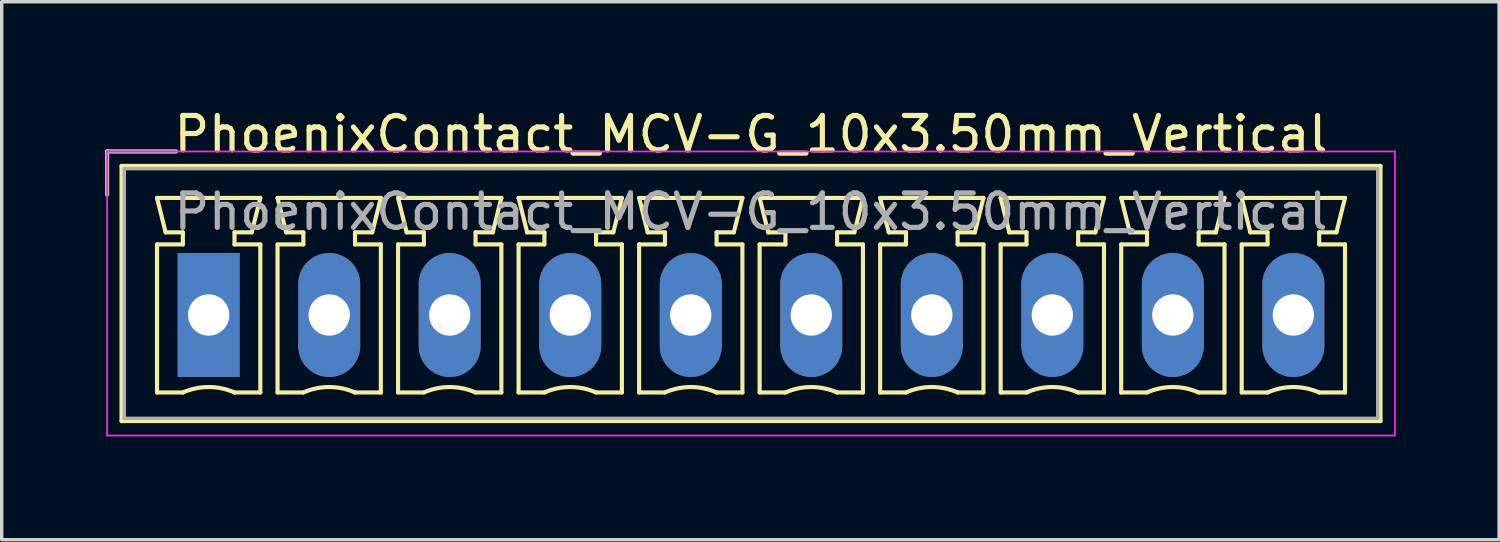
<source format=kicad_pcb>
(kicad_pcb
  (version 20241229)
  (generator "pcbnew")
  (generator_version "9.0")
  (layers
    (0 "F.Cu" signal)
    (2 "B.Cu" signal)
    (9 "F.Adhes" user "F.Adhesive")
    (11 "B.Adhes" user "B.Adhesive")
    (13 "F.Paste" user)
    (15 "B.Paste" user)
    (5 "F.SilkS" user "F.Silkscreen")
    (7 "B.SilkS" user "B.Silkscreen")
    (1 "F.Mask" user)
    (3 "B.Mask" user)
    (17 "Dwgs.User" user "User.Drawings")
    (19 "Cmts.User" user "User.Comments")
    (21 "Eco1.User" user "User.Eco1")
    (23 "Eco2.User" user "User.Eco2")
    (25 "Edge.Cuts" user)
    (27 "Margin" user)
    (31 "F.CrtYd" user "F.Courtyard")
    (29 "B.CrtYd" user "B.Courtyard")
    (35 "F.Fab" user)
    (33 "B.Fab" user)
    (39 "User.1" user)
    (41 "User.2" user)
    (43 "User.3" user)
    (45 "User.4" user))
  (footprint "PhoenixContact_MCV-G_10x3.50mm_Vertical"
    (layer "F.Cu")
    (at 3.01 6.098)
    (property "Reference" "PhoenixContact_MCV-G_10x3.50mm_Vertical" (at 15.75 -5.25 0) (layer "F.SilkS") (effects (font (size 1 1) (thickness 0.15))))
    (attr through_hole)
    (fp_line (start -2.95 -4.75) (end -0.95 -4.75) (stroke (width 0.12) (type solid)) (layer "F.SilkS"))
    (fp_line (start -2.95 -3.5) (end -2.95 -4.75) (stroke (width 0.12) (type solid)) (layer "F.SilkS"))
    (fp_line (start -2.53 -4.33) (end -2.53 3.08) (stroke (width 0.12) (type solid)) (layer "F.SilkS"))
    (fp_line (start -2.53 3.08) (end 34.03 3.08) (stroke (width 0.12) (type solid)) (layer "F.SilkS"))
    (fp_line (start -1.5 -3.4) (end 1.5 -3.4) (stroke (width 0.12) (type solid)) (layer "F.SilkS"))
    (fp_line (start -1.5 -2.05) (end -0.75 -2.05) (stroke (width 0.12) (type solid)) (layer "F.SilkS"))
    (fp_line (start -1.5 2.25) (end -1.5 -2.05) (stroke (width 0.12) (type solid)) (layer "F.SilkS"))
    (fp_line (start -1.25 -2.4) (end -1.5 -3.4) (stroke (width 0.12) (type solid)) (layer "F.SilkS"))
    (fp_line (start -0.75 -2.4) (end -1.25 -2.4) (stroke (width 0.12) (type solid)) (layer "F.SilkS"))
    (fp_line (start -0.75 -2.05) (end -0.75 -2.4) (stroke (width 0.12) (type solid)) (layer "F.SilkS"))
    (fp_line (start -0.75 2.25) (end -1.5 2.25) (stroke (width 0.12) (type solid)) (layer "F.SilkS"))
    (fp_line (start 0.75 -2.4) (end 0.75 -2.05) (stroke (width 0.12) (type solid)) (layer "F.SilkS"))
    (fp_line (start 0.75 -2.05) (end 1.5 -2.05) (stroke (width 0.12) (type solid)) (layer "F.SilkS"))
    (fp_line (start 1.25 -2.4) (end 0.75 -2.4) (stroke (width 0.12) (type solid)) (layer "F.SilkS"))
    (fp_line (start 1.5 -3.4) (end 1.25 -2.4) (stroke (width 0.12) (type solid)) (layer "F.SilkS"))
    (fp_line (start 1.5 -2.05) (end 1.5 2.25) (stroke (width 0.12) (type solid)) (layer "F.SilkS"))
    (fp_line (start 1.5 2.25) (end 0.75 2.25) (stroke (width 0.12) (type solid)) (layer "F.SilkS"))
    (fp_line (start 2 -3.4) (end 5 -3.4) (stroke (width 0.12) (type solid)) (layer "F.SilkS"))
    (fp_line (start 2 -2.05) (end 2.75 -2.05) (stroke (width 0.12) (type solid)) (layer "F.SilkS"))
    (fp_line (start 2 2.25) (end 2 -2.05) (stroke (width 0.12) (type solid)) (layer "F.SilkS"))
    (fp_line (start 2.25 -2.4) (end 2 -3.4) (stroke (width 0.12) (type solid)) (layer "F.SilkS"))
    (fp_line (start 2.75 -2.4) (end 2.25 -2.4) (stroke (width 0.12) (type solid)) (layer "F.SilkS"))
    (fp_line (start 2.75 -2.05) (end 2.75 -2.4) (stroke (width 0.12) (type solid)) (layer "F.SilkS"))
    (fp_line (start 2.75 2.25) (end 2 2.25) (stroke (width 0.12) (type solid)) (layer "F.SilkS"))
    (fp_line (start 4.25 -2.4) (end 4.25 -2.05) (stroke (width 0.12) (type solid)) (layer "F.SilkS"))
    (fp_line (start 4.25 -2.05) (end 5 -2.05) (stroke (width 0.12) (type solid)) (layer "F.SilkS"))
    (fp_line (start 4.75 -2.4) (end 4.25 -2.4) (stroke (width 0.12) (type solid)) (layer "F.SilkS"))
    (fp_line (start 5 -3.4) (end 4.75 -2.4) (stroke (width 0.12) (type solid)) (layer "F.SilkS"))
    (fp_line (start 5 -2.05) (end 5 2.25) (stroke (width 0.12) (type solid)) (layer "F.SilkS"))
    (fp_line (start 5 2.25) (end 4.25 2.25) (stroke (width 0.12) (type solid)) (layer "F.SilkS"))
    (fp_line (start 5.5 -3.4) (end 8.5 -3.4) (stroke (width 0.12) (type solid)) (layer "F.SilkS"))
    (fp_line (start 5.5 -2.05) (end 6.25 -2.05) (stroke (width 0.12) (type solid)) (layer "F.SilkS"))
    (fp_line (start 5.5 2.25) (end 5.5 -2.05) (stroke (width 0.12) (type solid)) (layer "F.SilkS"))
    (fp_line (start 5.75 -2.4) (end 5.5 -3.4) (stroke (width 0.12) (type solid)) (layer "F.SilkS"))
    (fp_line (start 6.25 -2.4) (end 5.75 -2.4) (stroke (width 0.12) (type solid)) (layer "F.SilkS"))
    (fp_line (start 6.25 -2.05) (end 6.25 -2.4) (stroke (width 0.12) (type solid)) (layer "F.SilkS"))
    (fp_line (start 6.25 2.25) (end 5.5 2.25) (stroke (width 0.12) (type solid)) (layer "F.SilkS"))
    (fp_line (start 7.75 -2.4) (end 7.75 -2.05) (stroke (width 0.12) (type solid)) (layer "F.SilkS"))
    (fp_line (start 7.75 -2.05) (end 8.5 -2.05) (stroke (width 0.12) (type solid)) (layer "F.SilkS"))
    (fp_line (start 8.25 -2.4) (end 7.75 -2.4) (stroke (width 0.12) (type solid)) (layer "F.SilkS"))
    (fp_line (start 8.5 -3.4) (end 8.25 -2.4) (stroke (width 0.12) (type solid)) (layer "F.SilkS"))
    (fp_line (start 8.5 -2.05) (end 8.5 2.25) (stroke (width 0.12) (type solid)) (layer "F.SilkS"))
    (fp_line (start 8.5 2.25) (end 7.75 2.25) (stroke (width 0.12) (type solid)) (layer "F.SilkS"))
    (fp_line (start 9 -3.4) (end 12 -3.4) (stroke (width 0.12) (type solid)) (layer "F.SilkS"))
    (fp_line (start 9 -2.05) (end 9.75 -2.05) (stroke (width 0.12) (type solid)) (layer "F.SilkS"))
    (fp_line (start 9 2.25) (end 9 -2.05) (stroke (width 0.12) (type solid)) (layer "F.SilkS"))
    (fp_line (start 9.25 -2.4) (end 9 -3.4) (stroke (width 0.12) (type solid)) (layer "F.SilkS"))
    (fp_line (start 9.75 -2.4) (end 9.25 -2.4) (stroke (width 0.12) (type solid)) (layer "F.SilkS"))
    (fp_line (start 9.75 -2.05) (end 9.75 -2.4) (stroke (width 0.12) (type solid)) (layer "F.SilkS"))
    (fp_line (start 9.75 2.25) (end 9 2.25) (stroke (width 0.12) (type solid)) (layer "F.SilkS"))
    (fp_line (start 11.25 -2.4) (end 11.25 -2.05) (stroke (width 0.12) (type solid)) (layer "F.SilkS"))
    (fp_line (start 11.25 -2.05) (end 12 -2.05) (stroke (width 0.12) (type solid)) (layer "F.SilkS"))
    (fp_line (start 11.75 -2.4) (end 11.25 -2.4) (stroke (width 0.12) (type solid)) (layer "F.SilkS"))
    (fp_line (start 12 -3.4) (end 11.75 -2.4) (stroke (width 0.12) (type solid)) (layer "F.SilkS"))
    (fp_line (start 12 -2.05) (end 12 2.25) (stroke (width 0.12) (type solid)) (layer "F.SilkS"))
    (fp_line (start 12 2.25) (end 11.25 2.25) (stroke (width 0.12) (type solid)) (layer "F.SilkS"))
    (fp_line (start 12.5 -3.4) (end 15.5 -3.4) (stroke (width 0.12) (type solid)) (layer "F.SilkS"))
    (fp_line (start 12.5 -2.05) (end 13.25 -2.05) (stroke (width 0.12) (type solid)) (layer "F.SilkS"))
    (fp_line (start 12.5 2.25) (end 12.5 -2.05) (stroke (width 0.12) (type solid)) (layer "F.SilkS"))
    (fp_line (start 12.75 -2.4) (end 12.5 -3.4) (stroke (width 0.12) (type solid)) (layer "F.SilkS"))
    (fp_line (start 13.25 -2.4) (end 12.75 -2.4) (stroke (width 0.12) (type solid)) (layer "F.SilkS"))
    (fp_line (start 13.25 -2.05) (end 13.25 -2.4) (stroke (width 0.12) (type solid)) (layer "F.SilkS"))
    (fp_line (start 13.25 2.25) (end 12.5 2.25) (stroke (width 0.12) (type solid)) (layer "F.SilkS"))
    (fp_line (start 14.75 -2.4) (end 14.75 -2.05) (stroke (width 0.12) (type solid)) (layer "F.SilkS"))
    (fp_line (start 14.75 -2.05) (end 15.5 -2.05) (stroke (width 0.12) (type solid)) (layer "F.SilkS"))
    (fp_line (start 15.25 -2.4) (end 14.75 -2.4) (stroke (width 0.12) (type solid)) (layer "F.SilkS"))
    (fp_line (start 15.5 -3.4) (end 15.25 -2.4) (stroke (width 0.12) (type solid)) (layer "F.SilkS"))
    (fp_line (start 15.5 -2.05) (end 15.5 2.25) (stroke (width 0.12) (type solid)) (layer "F.SilkS"))
    (fp_line (start 15.5 2.25) (end 14.75 2.25) (stroke (width 0.12) (type solid)) (layer "F.SilkS"))
    (fp_line (start 16 -3.4) (end 19 -3.4) (stroke (width 0.12) (type solid)) (layer "F.SilkS"))
    (fp_line (start 16 -2.05) (end 16.75 -2.05) (stroke (width 0.12) (type solid)) (layer "F.SilkS"))
    (fp_line (start 16 2.25) (end 16 -2.05) (stroke (width 0.12) (type solid)) (layer "F.SilkS"))
    (fp_line (start 16.25 -2.4) (end 16 -3.4) (stroke (width 0.12) (type solid)) (layer "F.SilkS"))
    (fp_line (start 16.75 -2.4) (end 16.25 -2.4) (stroke (width 0.12) (type solid)) (layer "F.SilkS"))
    (fp_line (start 16.75 -2.05) (end 16.75 -2.4) (stroke (width 0.12) (type solid)) (layer "F.SilkS"))
    (fp_line (start 16.75 2.25) (end 16 2.25) (stroke (width 0.12) (type solid)) (layer "F.SilkS"))
    (fp_line (start 18.25 -2.4) (end 18.25 -2.05) (stroke (width 0.12) (type solid)) (layer "F.SilkS"))
    (fp_line (start 18.25 -2.05) (end 19 -2.05) (stroke (width 0.12) (type solid)) (layer "F.SilkS"))
    (fp_line (start 18.75 -2.4) (end 18.25 -2.4) (stroke (width 0.12) (type solid)) (layer "F.SilkS"))
    (fp_line (start 19 -3.4) (end 18.75 -2.4) (stroke (width 0.12) (type solid)) (layer "F.SilkS"))
    (fp_line (start 19 -2.05) (end 19 2.25) (stroke (width 0.12) (type solid)) (layer "F.SilkS"))
    (fp_line (start 19 2.25) (end 18.25 2.25) (stroke (width 0.12) (type solid)) (layer "F.SilkS"))
    (fp_line (start 19.5 -3.4) (end 22.5 -3.4) (stroke (width 0.12) (type solid)) (layer "F.SilkS"))
    (fp_line (start 19.5 -2.05) (end 20.25 -2.05) (stroke (width 0.12) (type solid)) (layer "F.SilkS"))
    (fp_line (start 19.5 2.25) (end 19.5 -2.05) (stroke (width 0.12) (type solid)) (layer "F.SilkS"))
    (fp_line (start 19.75 -2.4) (end 19.5 -3.4) (stroke (width 0.12) (type solid)) (layer "F.SilkS"))
    (fp_line (start 20.25 -2.4) (end 19.75 -2.4) (stroke (width 0.12) (type solid)) (layer "F.SilkS"))
    (fp_line (start 20.25 -2.05) (end 20.25 -2.4) (stroke (width 0.12) (type solid)) (layer "F.SilkS"))
    (fp_line (start 20.25 2.25) (end 19.5 2.25) (stroke (width 0.12) (type solid)) (layer "F.SilkS"))
    (fp_line (start 21.75 -2.4) (end 21.75 -2.05) (stroke (width 0.12) (type solid)) (layer "F.SilkS"))
    (fp_line (start 21.75 -2.05) (end 22.5 -2.05) (stroke (width 0.12) (type solid)) (layer "F.SilkS"))
    (fp_line (start 22.25 -2.4) (end 21.75 -2.4) (stroke (width 0.12) (type solid)) (layer "F.SilkS"))
    (fp_line (start 22.5 -3.4) (end 22.25 -2.4) (stroke (width 0.12) (type solid)) (layer "F.SilkS"))
    (fp_line (start 22.5 -2.05) (end 22.5 2.25) (stroke (width 0.12) (type solid)) (layer "F.SilkS"))
    (fp_line (start 22.5 2.25) (end 21.75 2.25) (stroke (width 0.12) (type solid)) (layer "F.SilkS"))
    (fp_line (start 23 -3.4) (end 26 -3.4) (stroke (width 0.12) (type solid)) (layer "F.SilkS"))
    (fp_line (start 23 -2.05) (end 23.75 -2.05) (stroke (width 0.12) (type solid)) (layer "F.SilkS"))
    (fp_line (start 23 2.25) (end 23 -2.05) (stroke (width 0.12) (type solid)) (layer "F.SilkS"))
    (fp_line (start 23.25 -2.4) (end 23 -3.4) (stroke (width 0.12) (type solid)) (layer "F.SilkS"))
    (fp_line (start 23.75 -2.4) (end 23.25 -2.4) (stroke (width 0.12) (type solid)) (layer "F.SilkS"))
    (fp_line (start 23.75 -2.05) (end 23.75 -2.4) (stroke (width 0.12) (type solid)) (layer "F.SilkS"))
    (fp_line (start 23.75 2.25) (end 23 2.25) (stroke (width 0.12) (type solid)) (layer "F.SilkS"))
    (fp_line (start 25.25 -2.4) (end 25.25 -2.05) (stroke (width 0.12) (type solid)) (layer "F.SilkS"))
    (fp_line (start 25.25 -2.05) (end 26 -2.05) (stroke (width 0.12) (type solid)) (layer "F.SilkS"))
    (fp_line (start 25.75 -2.4) (end 25.25 -2.4) (stroke (width 0.12) (type solid)) (layer "F.SilkS"))
    (fp_line (start 26 -3.4) (end 25.75 -2.4) (stroke (width 0.12) (type solid)) (layer "F.SilkS"))
    (fp_line (start 26 -2.05) (end 26 2.25) (stroke (width 0.12) (type solid)) (layer "F.SilkS"))
    (fp_line (start 26 2.25) (end 25.25 2.25) (stroke (width 0.12) (type solid)) (layer "F.SilkS"))
    (fp_line (start 26.5 -3.4) (end 29.5 -3.4) (stroke (width 0.12) (type solid)) (layer "F.SilkS"))
    (fp_line (start 26.5 -2.05) (end 27.25 -2.05) (stroke (width 0.12) (type solid)) (layer "F.SilkS"))
    (fp_line (start 26.5 2.25) (end 26.5 -2.05) (stroke (width 0.12) (type solid)) (layer "F.SilkS"))
    (fp_line (start 26.75 -2.4) (end 26.5 -3.4) (stroke (width 0.12) (type solid)) (layer "F.SilkS"))
    (fp_line (start 27.25 -2.4) (end 26.75 -2.4) (stroke (width 0.12) (type solid)) (layer "F.SilkS"))
    (fp_line (start 27.25 -2.05) (end 27.25 -2.4) (stroke (width 0.12) (type solid)) (layer "F.SilkS"))
    (fp_line (start 27.25 2.25) (end 26.5 2.25) (stroke (width 0.12) (type solid)) (layer "F.SilkS"))
    (fp_line (start 28.75 -2.4) (end 28.75 -2.05) (stroke (width 0.12) (type solid)) (layer "F.SilkS"))
    (fp_line (start 28.75 -2.05) (end 29.5 -2.05) (stroke (width 0.12) (type solid)) (layer "F.SilkS"))
    (fp_line (start 29.25 -2.4) (end 28.75 -2.4) (stroke (width 0.12) (type solid)) (layer "F.SilkS"))
    (fp_line (start 29.5 -3.4) (end 29.25 -2.4) (stroke (width 0.12) (type solid)) (layer "F.SilkS"))
    (fp_line (start 29.5 -2.05) (end 29.5 2.25) (stroke (width 0.12) (type solid)) (layer "F.SilkS"))
    (fp_line (start 29.5 2.25) (end 28.75 2.25) (stroke (width 0.12) (type solid)) (layer "F.SilkS"))
    (fp_line (start 30 -3.4) (end 33 -3.4) (stroke (width 0.12) (type solid)) (layer "F.SilkS"))
    (fp_line (start 30 -2.05) (end 30.75 -2.05) (stroke (width 0.12) (type solid)) (layer "F.SilkS"))
    (fp_line (start 30 2.25) (end 30 -2.05) (stroke (width 0.12) (type solid)) (layer "F.SilkS"))
    (fp_line (start 30.25 -2.4) (end 30 -3.4) (stroke (width 0.12) (type solid)) (layer "F.SilkS"))
    (fp_line (start 30.75 -2.4) (end 30.25 -2.4) (stroke (width 0.12) (type solid)) (layer "F.SilkS"))
    (fp_line (start 30.75 -2.05) (end 30.75 -2.4) (stroke (width 0.12) (type solid)) (layer "F.SilkS"))
    (fp_line (start 30.75 2.25) (end 30 2.25) (stroke (width 0.12) (type solid)) (layer "F.SilkS"))
    (fp_line (start 32.25 -2.4) (end 32.25 -2.05) (stroke (width 0.12) (type solid)) (layer "F.SilkS"))
    (fp_line (start 32.25 -2.05) (end 33 -2.05) (stroke (width 0.12) (type solid)) (layer "F.SilkS"))
    (fp_line (start 32.75 -2.4) (end 32.25 -2.4) (stroke (width 0.12) (type solid)) (layer "F.SilkS"))
    (fp_line (start 33 -3.4) (end 32.75 -2.4) (stroke (width 0.12) (type solid)) (layer "F.SilkS"))
    (fp_line (start 33 -2.05) (end 33 2.25) (stroke (width 0.12) (type solid)) (layer "F.SilkS"))
    (fp_line (start 33 2.25) (end 32.25 2.25) (stroke (width 0.12) (type solid)) (layer "F.SilkS"))
    (fp_line (start 34.03 -4.33) (end -2.53 -4.33) (stroke (width 0.12) (type solid)) (layer "F.SilkS"))
    (fp_line (start 34.03 3.08) (end 34.03 -4.33) (stroke (width 0.12) (type solid)) (layer "F.SilkS"))
    (fp_arc (start -0.75 2.25) (mid -0.000193 2.09191) (end 0.749647 2.249844) (stroke (width 0.12) (type solid)) (layer "F.SilkS"))
    (fp_arc (start 2.75 2.25) (mid 3.499807 2.09191) (end 4.249647 2.249844) (stroke (width 0.12) (type solid)) (layer "F.SilkS"))
    (fp_arc (start 6.25 2.25) (mid 6.999807 2.09191) (end 7.749647 2.249844) (stroke (width 0.12) (type solid)) (layer "F.SilkS"))
    (fp_arc (start 9.75 2.25) (mid 10.499807 2.09191) (end 11.249647 2.249844) (stroke (width 0.12) (type solid)) (layer "F.SilkS"))
    (fp_arc (start 13.25 2.25) (mid 13.999807 2.09191) (end 14.749647 2.249844) (stroke (width 0.12) (type solid)) (layer "F.SilkS"))
    (fp_arc (start 16.75 2.25) (mid 17.499807 2.09191) (end 18.249647 2.249844) (stroke (width 0.12) (type solid)) (layer "F.SilkS"))
    (fp_arc (start 20.25 2.25) (mid 20.999807 2.09191) (end 21.749647 2.249844) (stroke (width 0.12) (type solid)) (layer "F.SilkS"))
    (fp_arc (start 23.75 2.25) (mid 24.499807 2.09191) (end 25.249647 2.249844) (stroke (width 0.12) (type solid)) (layer "F.SilkS"))
    (fp_arc (start 27.25 2.25) (mid 27.999807 2.09191) (end 28.749647 2.249844) (stroke (width 0.12) (type solid)) (layer "F.SilkS"))
    (fp_arc (start 30.75 2.25) (mid 31.499807 2.09191) (end 32.249647 2.249844) (stroke (width 0.12) (type solid)) (layer "F.SilkS"))
    (fp_line (start -2.95 -4.75) (end -2.95 3.5) (stroke (width 0.05) (type solid)) (layer "F.CrtYd"))
    (fp_line (start -2.95 3.5) (end 34.45 3.5) (stroke (width 0.05) (type solid)) (layer "F.CrtYd"))
    (fp_line (start 34.45 -4.75) (end -2.95 -4.75) (stroke (width 0.05) (type solid)) (layer "F.CrtYd"))
    (fp_line (start 34.45 3.5) (end 34.45 -4.75) (stroke (width 0.05) (type solid)) (layer "F.CrtYd"))
    (fp_line (start -2.95 -4.75) (end -0.95 -4.75) (stroke (width 0.1) (type solid)) (layer "F.Fab"))
    (fp_line (start -2.95 -3.5) (end -2.95 -4.75) (stroke (width 0.1) (type solid)) (layer "F.Fab"))
    (fp_line (start -2.45 -4.25) (end -2.45 3) (stroke (width 0.1) (type solid)) (layer "F.Fab"))
    (fp_line (start -2.45 3) (end 33.95 3) (stroke (width 0.1) (type solid)) (layer "F.Fab"))
    (fp_line (start 33.95 -4.25) (end -2.45 -4.25) (stroke (width 0.1) (type solid)) (layer "F.Fab"))
    (fp_line (start 33.95 3) (end 33.95 -4.25) (stroke (width 0.1) (type solid)) (layer "F.Fab"))
    (fp_text user "${REFERENCE}" (at 15.75 -3 0) (layer "F.Fab") (effects (font (size 1 1) (thickness 0.15))))
    (pad "1" thru_hole rect (at 0 0) (size 1.8 3.6) (drill 1.2) (layers "*.Cu" "*.Mask"))
    (pad "2" thru_hole oval (at 3.5 0) (size 1.8 3.6) (drill 1.2) (layers "*.Cu" "*.Mask"))
    (pad "3" thru_hole oval (at 7 0) (size 1.8 3.6) (drill 1.2) (layers "*.Cu" "*.Mask"))
    (pad "4" thru_hole oval (at 10.5 0) (size 1.8 3.6) (drill 1.2) (layers "*.Cu" "*.Mask"))
    (pad "5" thru_hole oval (at 14 0) (size 1.8 3.6) (drill 1.2) (layers "*.Cu" "*.Mask"))
    (pad "6" thru_hole oval (at 17.5 0) (size 1.8 3.6) (drill 1.2) (layers "*.Cu" "*.Mask"))
    (pad "7" thru_hole oval (at 21 0) (size 1.8 3.6) (drill 1.2) (layers "*.Cu" "*.Mask"))
    (pad "8" thru_hole oval (at 24.5 0) (size 1.8 3.6) (drill 1.2) (layers "*.Cu" "*.Mask"))
    (pad "9" thru_hole oval (at 28 0) (size 1.8 3.6) (drill 1.2) (layers "*.Cu" "*.Mask"))
    (pad "10" thru_hole oval (at 31.5 0) (size 1.8 3.6) (drill 1.2) (layers "*.Cu" "*.Mask")))
  (gr_rect
    (start -3 -3)
    (end 40.485 12.623)
    (stroke (width 0.1) (type default))
    (fill no)
    (layer "Edge.Cuts")))
</source>
